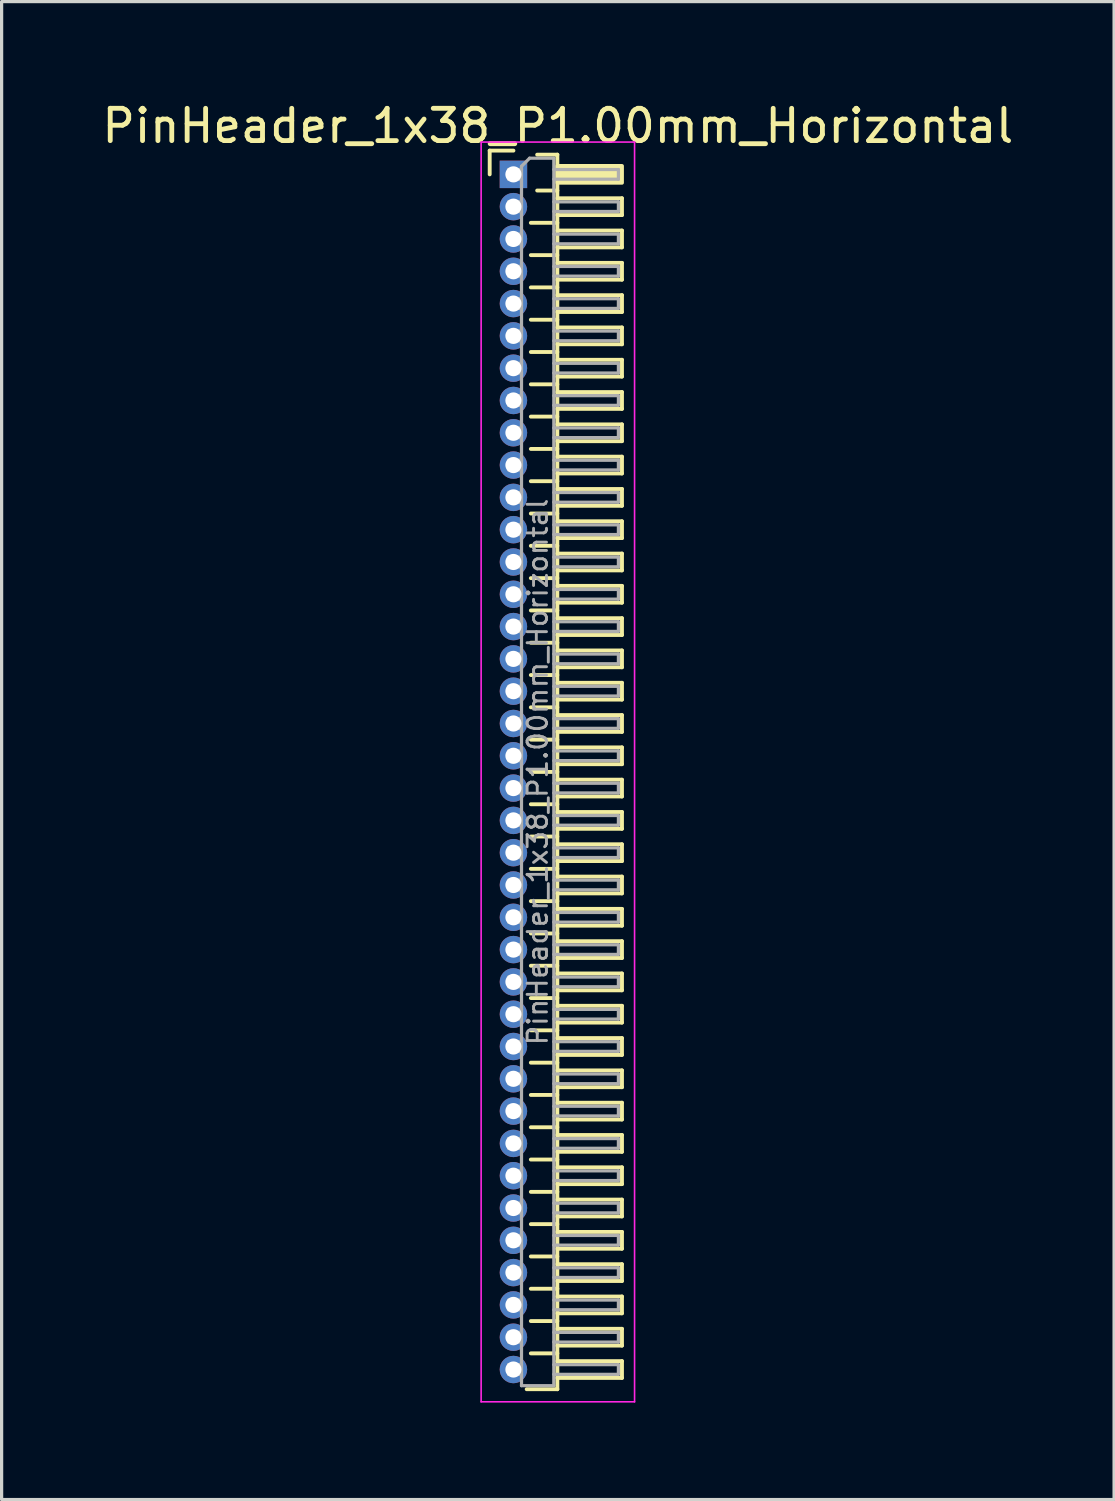
<source format=kicad_pcb>
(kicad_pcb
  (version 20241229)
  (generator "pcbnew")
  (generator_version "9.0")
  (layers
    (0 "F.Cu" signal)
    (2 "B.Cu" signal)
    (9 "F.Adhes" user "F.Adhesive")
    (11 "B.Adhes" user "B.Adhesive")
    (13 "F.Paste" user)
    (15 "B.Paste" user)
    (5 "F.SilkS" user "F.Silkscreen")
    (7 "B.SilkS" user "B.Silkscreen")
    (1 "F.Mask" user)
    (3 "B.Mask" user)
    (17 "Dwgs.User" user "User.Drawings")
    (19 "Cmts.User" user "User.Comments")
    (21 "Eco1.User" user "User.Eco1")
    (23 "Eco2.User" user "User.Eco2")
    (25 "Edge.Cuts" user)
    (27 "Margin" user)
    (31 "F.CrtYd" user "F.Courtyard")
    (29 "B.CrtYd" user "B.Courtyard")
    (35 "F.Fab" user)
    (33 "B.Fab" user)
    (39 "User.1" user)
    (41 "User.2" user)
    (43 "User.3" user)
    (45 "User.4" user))
  (footprint "PinHeader_1x38_P1.00mm_Horizontal"
    (layer "F.Cu")
    (at 12.845 2.348)
    (property "Reference" "PinHeader_1x38_P1.00mm_Horizontal" (at 1.375 -1.5 0) (layer "F.SilkS") (effects (font (size 1 1) (thickness 0.15))))
    (attr through_hole)
    (fp_line (start -0.735 -0.735) (end 0 -0.735) (stroke (width 0.12) (type solid)) (layer "F.SilkS"))
    (fp_line (start -0.735 0) (end -0.735 -0.735) (stroke (width 0.12) (type solid)) (layer "F.SilkS"))
    (fp_line (start 0.539 1.5) (end 1.36 1.5) (stroke (width 0.12) (type solid)) (layer "F.SilkS"))
    (fp_line (start 0.539 2.5) (end 1.36 2.5) (stroke (width 0.12) (type solid)) (layer "F.SilkS"))
    (fp_line (start 0.539 3.5) (end 1.36 3.5) (stroke (width 0.12) (type solid)) (layer "F.SilkS"))
    (fp_line (start 0.539 4.5) (end 1.36 4.5) (stroke (width 0.12) (type solid)) (layer "F.SilkS"))
    (fp_line (start 0.539 5.5) (end 1.36 5.5) (stroke (width 0.12) (type solid)) (layer "F.SilkS"))
    (fp_line (start 0.539 6.5) (end 1.36 6.5) (stroke (width 0.12) (type solid)) (layer "F.SilkS"))
    (fp_line (start 0.539 7.5) (end 1.36 7.5) (stroke (width 0.12) (type solid)) (layer "F.SilkS"))
    (fp_line (start 0.539 8.5) (end 1.36 8.5) (stroke (width 0.12) (type solid)) (layer "F.SilkS"))
    (fp_line (start 0.539 9.5) (end 1.36 9.5) (stroke (width 0.12) (type solid)) (layer "F.SilkS"))
    (fp_line (start 0.539 10.5) (end 1.36 10.5) (stroke (width 0.12) (type solid)) (layer "F.SilkS"))
    (fp_line (start 0.539 11.5) (end 1.36 11.5) (stroke (width 0.12) (type solid)) (layer "F.SilkS"))
    (fp_line (start 0.539 12.5) (end 1.36 12.5) (stroke (width 0.12) (type solid)) (layer "F.SilkS"))
    (fp_line (start 0.539 13.5) (end 1.36 13.5) (stroke (width 0.12) (type solid)) (layer "F.SilkS"))
    (fp_line (start 0.539 14.5) (end 1.36 14.5) (stroke (width 0.12) (type solid)) (layer "F.SilkS"))
    (fp_line (start 0.539 15.5) (end 1.36 15.5) (stroke (width 0.12) (type solid)) (layer "F.SilkS"))
    (fp_line (start 0.539 16.5) (end 1.36 16.5) (stroke (width 0.12) (type solid)) (layer "F.SilkS"))
    (fp_line (start 0.539 17.5) (end 1.36 17.5) (stroke (width 0.12) (type solid)) (layer "F.SilkS"))
    (fp_line (start 0.539 18.5) (end 1.36 18.5) (stroke (width 0.12) (type solid)) (layer "F.SilkS"))
    (fp_line (start 0.539 19.5) (end 1.36 19.5) (stroke (width 0.12) (type solid)) (layer "F.SilkS"))
    (fp_line (start 0.539 20.5) (end 1.36 20.5) (stroke (width 0.12) (type solid)) (layer "F.SilkS"))
    (fp_line (start 0.539 21.5) (end 1.36 21.5) (stroke (width 0.12) (type solid)) (layer "F.SilkS"))
    (fp_line (start 0.539 22.5) (end 1.36 22.5) (stroke (width 0.12) (type solid)) (layer "F.SilkS"))
    (fp_line (start 0.539 23.5) (end 1.36 23.5) (stroke (width 0.12) (type solid)) (layer "F.SilkS"))
    (fp_line (start 0.539 24.5) (end 1.36 24.5) (stroke (width 0.12) (type solid)) (layer "F.SilkS"))
    (fp_line (start 0.539 25.5) (end 1.36 25.5) (stroke (width 0.12) (type solid)) (layer "F.SilkS"))
    (fp_line (start 0.539 26.5) (end 1.36 26.5) (stroke (width 0.12) (type solid)) (layer "F.SilkS"))
    (fp_line (start 0.539 27.5) (end 1.36 27.5) (stroke (width 0.12) (type solid)) (layer "F.SilkS"))
    (fp_line (start 0.539 28.5) (end 1.36 28.5) (stroke (width 0.12) (type solid)) (layer "F.SilkS"))
    (fp_line (start 0.539 29.5) (end 1.36 29.5) (stroke (width 0.12) (type solid)) (layer "F.SilkS"))
    (fp_line (start 0.539 30.5) (end 1.36 30.5) (stroke (width 0.12) (type solid)) (layer "F.SilkS"))
    (fp_line (start 0.539 31.5) (end 1.36 31.5) (stroke (width 0.12) (type solid)) (layer "F.SilkS"))
    (fp_line (start 0.539 32.5) (end 1.36 32.5) (stroke (width 0.12) (type solid)) (layer "F.SilkS"))
    (fp_line (start 0.539 33.5) (end 1.36 33.5) (stroke (width 0.12) (type solid)) (layer "F.SilkS"))
    (fp_line (start 0.539 34.5) (end 1.36 34.5) (stroke (width 0.12) (type solid)) (layer "F.SilkS"))
    (fp_line (start 0.539 35.5) (end 1.36 35.5) (stroke (width 0.12) (type solid)) (layer "F.SilkS"))
    (fp_line (start 0.539 36.5) (end 1.36 36.5) (stroke (width 0.12) (type solid)) (layer "F.SilkS"))
    (fp_line (start 0.735 -0.61) (end 1.36 -0.61) (stroke (width 0.12) (type solid)) (layer "F.SilkS"))
    (fp_line (start 0.735 0.5) (end 1.36 0.5) (stroke (width 0.12) (type solid)) (layer "F.SilkS"))
    (fp_line (start 1.36 -0.61) (end 1.36 37.61) (stroke (width 0.12) (type solid)) (layer "F.SilkS"))
    (fp_line (start 1.36 0.74) (end 3.36 0.74) (stroke (width 0.12) (type solid)) (layer "F.SilkS"))
    (fp_line (start 1.36 1.74) (end 3.36 1.74) (stroke (width 0.12) (type solid)) (layer "F.SilkS"))
    (fp_line (start 1.36 2.74) (end 3.36 2.74) (stroke (width 0.12) (type solid)) (layer "F.SilkS"))
    (fp_line (start 1.36 3.74) (end 3.36 3.74) (stroke (width 0.12) (type solid)) (layer "F.SilkS"))
    (fp_line (start 1.36 4.74) (end 3.36 4.74) (stroke (width 0.12) (type solid)) (layer "F.SilkS"))
    (fp_line (start 1.36 5.74) (end 3.36 5.74) (stroke (width 0.12) (type solid)) (layer "F.SilkS"))
    (fp_line (start 1.36 6.74) (end 3.36 6.74) (stroke (width 0.12) (type solid)) (layer "F.SilkS"))
    (fp_line (start 1.36 7.74) (end 3.36 7.74) (stroke (width 0.12) (type solid)) (layer "F.SilkS"))
    (fp_line (start 1.36 8.74) (end 3.36 8.74) (stroke (width 0.12) (type solid)) (layer "F.SilkS"))
    (fp_line (start 1.36 9.74) (end 3.36 9.74) (stroke (width 0.12) (type solid)) (layer "F.SilkS"))
    (fp_line (start 1.36 10.74) (end 3.36 10.74) (stroke (width 0.12) (type solid)) (layer "F.SilkS"))
    (fp_line (start 1.36 11.74) (end 3.36 11.74) (stroke (width 0.12) (type solid)) (layer "F.SilkS"))
    (fp_line (start 1.36 12.74) (end 3.36 12.74) (stroke (width 0.12) (type solid)) (layer "F.SilkS"))
    (fp_line (start 1.36 13.74) (end 3.36 13.74) (stroke (width 0.12) (type solid)) (layer "F.SilkS"))
    (fp_line (start 1.36 14.74) (end 3.36 14.74) (stroke (width 0.12) (type solid)) (layer "F.SilkS"))
    (fp_line (start 1.36 15.74) (end 3.36 15.74) (stroke (width 0.12) (type solid)) (layer "F.SilkS"))
    (fp_line (start 1.36 16.74) (end 3.36 16.74) (stroke (width 0.12) (type solid)) (layer "F.SilkS"))
    (fp_line (start 1.36 17.74) (end 3.36 17.74) (stroke (width 0.12) (type solid)) (layer "F.SilkS"))
    (fp_line (start 1.36 18.74) (end 3.36 18.74) (stroke (width 0.12) (type solid)) (layer "F.SilkS"))
    (fp_line (start 1.36 19.74) (end 3.36 19.74) (stroke (width 0.12) (type solid)) (layer "F.SilkS"))
    (fp_line (start 1.36 20.74) (end 3.36 20.74) (stroke (width 0.12) (type solid)) (layer "F.SilkS"))
    (fp_line (start 1.36 21.74) (end 3.36 21.74) (stroke (width 0.12) (type solid)) (layer "F.SilkS"))
    (fp_line (start 1.36 22.74) (end 3.36 22.74) (stroke (width 0.12) (type solid)) (layer "F.SilkS"))
    (fp_line (start 1.36 23.74) (end 3.36 23.74) (stroke (width 0.12) (type solid)) (layer "F.SilkS"))
    (fp_line (start 1.36 24.74) (end 3.36 24.74) (stroke (width 0.12) (type solid)) (layer "F.SilkS"))
    (fp_line (start 1.36 25.74) (end 3.36 25.74) (stroke (width 0.12) (type solid)) (layer "F.SilkS"))
    (fp_line (start 1.36 26.74) (end 3.36 26.74) (stroke (width 0.12) (type solid)) (layer "F.SilkS"))
    (fp_line (start 1.36 27.74) (end 3.36 27.74) (stroke (width 0.12) (type solid)) (layer "F.SilkS"))
    (fp_line (start 1.36 28.74) (end 3.36 28.74) (stroke (width 0.12) (type solid)) (layer "F.SilkS"))
    (fp_line (start 1.36 29.74) (end 3.36 29.74) (stroke (width 0.12) (type solid)) (layer "F.SilkS"))
    (fp_line (start 1.36 30.74) (end 3.36 30.74) (stroke (width 0.12) (type solid)) (layer "F.SilkS"))
    (fp_line (start 1.36 31.74) (end 3.36 31.74) (stroke (width 0.12) (type solid)) (layer "F.SilkS"))
    (fp_line (start 1.36 32.74) (end 3.36 32.74) (stroke (width 0.12) (type solid)) (layer "F.SilkS"))
    (fp_line (start 1.36 33.74) (end 3.36 33.74) (stroke (width 0.12) (type solid)) (layer "F.SilkS"))
    (fp_line (start 1.36 34.74) (end 3.36 34.74) (stroke (width 0.12) (type solid)) (layer "F.SilkS"))
    (fp_line (start 1.36 35.74) (end 3.36 35.74) (stroke (width 0.12) (type solid)) (layer "F.SilkS"))
    (fp_line (start 1.36 36.74) (end 3.36 36.74) (stroke (width 0.12) (type solid)) (layer "F.SilkS"))
    (fp_line (start 1.36 37.61) (end 0.41 37.61) (stroke (width 0.12) (type solid)) (layer "F.SilkS"))
    (fp_line (start 3.36 0.74) (end 3.36 1.26) (stroke (width 0.12) (type solid)) (layer "F.SilkS"))
    (fp_line (start 3.36 1.26) (end 1.36 1.26) (stroke (width 0.12) (type solid)) (layer "F.SilkS"))
    (fp_line (start 3.36 1.74) (end 3.36 2.26) (stroke (width 0.12) (type solid)) (layer "F.SilkS"))
    (fp_line (start 3.36 2.26) (end 1.36 2.26) (stroke (width 0.12) (type solid)) (layer "F.SilkS"))
    (fp_line (start 3.36 2.74) (end 3.36 3.26) (stroke (width 0.12) (type solid)) (layer "F.SilkS"))
    (fp_line (start 3.36 3.26) (end 1.36 3.26) (stroke (width 0.12) (type solid)) (layer "F.SilkS"))
    (fp_line (start 3.36 3.74) (end 3.36 4.26) (stroke (width 0.12) (type solid)) (layer "F.SilkS"))
    (fp_line (start 3.36 4.26) (end 1.36 4.26) (stroke (width 0.12) (type solid)) (layer "F.SilkS"))
    (fp_line (start 3.36 4.74) (end 3.36 5.26) (stroke (width 0.12) (type solid)) (layer "F.SilkS"))
    (fp_line (start 3.36 5.26) (end 1.36 5.26) (stroke (width 0.12) (type solid)) (layer "F.SilkS"))
    (fp_line (start 3.36 5.74) (end 3.36 6.26) (stroke (width 0.12) (type solid)) (layer "F.SilkS"))
    (fp_line (start 3.36 6.26) (end 1.36 6.26) (stroke (width 0.12) (type solid)) (layer "F.SilkS"))
    (fp_line (start 3.36 6.74) (end 3.36 7.26) (stroke (width 0.12) (type solid)) (layer "F.SilkS"))
    (fp_line (start 3.36 7.26) (end 1.36 7.26) (stroke (width 0.12) (type solid)) (layer "F.SilkS"))
    (fp_line (start 3.36 7.74) (end 3.36 8.26) (stroke (width 0.12) (type solid)) (layer "F.SilkS"))
    (fp_line (start 3.36 8.26) (end 1.36 8.26) (stroke (width 0.12) (type solid)) (layer "F.SilkS"))
    (fp_line (start 3.36 8.74) (end 3.36 9.26) (stroke (width 0.12) (type solid)) (layer "F.SilkS"))
    (fp_line (start 3.36 9.26) (end 1.36 9.26) (stroke (width 0.12) (type solid)) (layer "F.SilkS"))
    (fp_line (start 3.36 9.74) (end 3.36 10.26) (stroke (width 0.12) (type solid)) (layer "F.SilkS"))
    (fp_line (start 3.36 10.26) (end 1.36 10.26) (stroke (width 0.12) (type solid)) (layer "F.SilkS"))
    (fp_line (start 3.36 10.74) (end 3.36 11.26) (stroke (width 0.12) (type solid)) (layer "F.SilkS"))
    (fp_line (start 3.36 11.26) (end 1.36 11.26) (stroke (width 0.12) (type solid)) (layer "F.SilkS"))
    (fp_line (start 3.36 11.74) (end 3.36 12.26) (stroke (width 0.12) (type solid)) (layer "F.SilkS"))
    (fp_line (start 3.36 12.26) (end 1.36 12.26) (stroke (width 0.12) (type solid)) (layer "F.SilkS"))
    (fp_line (start 3.36 12.74) (end 3.36 13.26) (stroke (width 0.12) (type solid)) (layer "F.SilkS"))
    (fp_line (start 3.36 13.26) (end 1.36 13.26) (stroke (width 0.12) (type solid)) (layer "F.SilkS"))
    (fp_line (start 3.36 13.74) (end 3.36 14.26) (stroke (width 0.12) (type solid)) (layer "F.SilkS"))
    (fp_line (start 3.36 14.26) (end 1.36 14.26) (stroke (width 0.12) (type solid)) (layer "F.SilkS"))
    (fp_line (start 3.36 14.74) (end 3.36 15.26) (stroke (width 0.12) (type solid)) (layer "F.SilkS"))
    (fp_line (start 3.36 15.26) (end 1.36 15.26) (stroke (width 0.12) (type solid)) (layer "F.SilkS"))
    (fp_line (start 3.36 15.74) (end 3.36 16.26) (stroke (width 0.12) (type solid)) (layer "F.SilkS"))
    (fp_line (start 3.36 16.26) (end 1.36 16.26) (stroke (width 0.12) (type solid)) (layer "F.SilkS"))
    (fp_line (start 3.36 16.74) (end 3.36 17.26) (stroke (width 0.12) (type solid)) (layer "F.SilkS"))
    (fp_line (start 3.36 17.26) (end 1.36 17.26) (stroke (width 0.12) (type solid)) (layer "F.SilkS"))
    (fp_line (start 3.36 17.74) (end 3.36 18.26) (stroke (width 0.12) (type solid)) (layer "F.SilkS"))
    (fp_line (start 3.36 18.26) (end 1.36 18.26) (stroke (width 0.12) (type solid)) (layer "F.SilkS"))
    (fp_line (start 3.36 18.74) (end 3.36 19.26) (stroke (width 0.12) (type solid)) (layer "F.SilkS"))
    (fp_line (start 3.36 19.26) (end 1.36 19.26) (stroke (width 0.12) (type solid)) (layer "F.SilkS"))
    (fp_line (start 3.36 19.74) (end 3.36 20.26) (stroke (width 0.12) (type solid)) (layer "F.SilkS"))
    (fp_line (start 3.36 20.26) (end 1.36 20.26) (stroke (width 0.12) (type solid)) (layer "F.SilkS"))
    (fp_line (start 3.36 20.74) (end 3.36 21.26) (stroke (width 0.12) (type solid)) (layer "F.SilkS"))
    (fp_line (start 3.36 21.26) (end 1.36 21.26) (stroke (width 0.12) (type solid)) (layer "F.SilkS"))
    (fp_line (start 3.36 21.74) (end 3.36 22.26) (stroke (width 0.12) (type solid)) (layer "F.SilkS"))
    (fp_line (start 3.36 22.26) (end 1.36 22.26) (stroke (width 0.12) (type solid)) (layer "F.SilkS"))
    (fp_line (start 3.36 22.74) (end 3.36 23.26) (stroke (width 0.12) (type solid)) (layer "F.SilkS"))
    (fp_line (start 3.36 23.26) (end 1.36 23.26) (stroke (width 0.12) (type solid)) (layer "F.SilkS"))
    (fp_line (start 3.36 23.74) (end 3.36 24.26) (stroke (width 0.12) (type solid)) (layer "F.SilkS"))
    (fp_line (start 3.36 24.26) (end 1.36 24.26) (stroke (width 0.12) (type solid)) (layer "F.SilkS"))
    (fp_line (start 3.36 24.74) (end 3.36 25.26) (stroke (width 0.12) (type solid)) (layer "F.SilkS"))
    (fp_line (start 3.36 25.26) (end 1.36 25.26) (stroke (width 0.12) (type solid)) (layer "F.SilkS"))
    (fp_line (start 3.36 25.74) (end 3.36 26.26) (stroke (width 0.12) (type solid)) (layer "F.SilkS"))
    (fp_line (start 3.36 26.26) (end 1.36 26.26) (stroke (width 0.12) (type solid)) (layer "F.SilkS"))
    (fp_line (start 3.36 26.74) (end 3.36 27.26) (stroke (width 0.12) (type solid)) (layer "F.SilkS"))
    (fp_line (start 3.36 27.26) (end 1.36 27.26) (stroke (width 0.12) (type solid)) (layer "F.SilkS"))
    (fp_line (start 3.36 27.74) (end 3.36 28.26) (stroke (width 0.12) (type solid)) (layer "F.SilkS"))
    (fp_line (start 3.36 28.26) (end 1.36 28.26) (stroke (width 0.12) (type solid)) (layer "F.SilkS"))
    (fp_line (start 3.36 28.74) (end 3.36 29.26) (stroke (width 0.12) (type solid)) (layer "F.SilkS"))
    (fp_line (start 3.36 29.26) (end 1.36 29.26) (stroke (width 0.12) (type solid)) (layer "F.SilkS"))
    (fp_line (start 3.36 29.74) (end 3.36 30.26) (stroke (width 0.12) (type solid)) (layer "F.SilkS"))
    (fp_line (start 3.36 30.26) (end 1.36 30.26) (stroke (width 0.12) (type solid)) (layer "F.SilkS"))
    (fp_line (start 3.36 30.74) (end 3.36 31.26) (stroke (width 0.12) (type solid)) (layer "F.SilkS"))
    (fp_line (start 3.36 31.26) (end 1.36 31.26) (stroke (width 0.12) (type solid)) (layer "F.SilkS"))
    (fp_line (start 3.36 31.74) (end 3.36 32.26) (stroke (width 0.12) (type solid)) (layer "F.SilkS"))
    (fp_line (start 3.36 32.26) (end 1.36 32.26) (stroke (width 0.12) (type solid)) (layer "F.SilkS"))
    (fp_line (start 3.36 32.74) (end 3.36 33.26) (stroke (width 0.12) (type solid)) (layer "F.SilkS"))
    (fp_line (start 3.36 33.26) (end 1.36 33.26) (stroke (width 0.12) (type solid)) (layer "F.SilkS"))
    (fp_line (start 3.36 33.74) (end 3.36 34.26) (stroke (width 0.12) (type solid)) (layer "F.SilkS"))
    (fp_line (start 3.36 34.26) (end 1.36 34.26) (stroke (width 0.12) (type solid)) (layer "F.SilkS"))
    (fp_line (start 3.36 34.74) (end 3.36 35.26) (stroke (width 0.12) (type solid)) (layer "F.SilkS"))
    (fp_line (start 3.36 35.26) (end 1.36 35.26) (stroke (width 0.12) (type solid)) (layer "F.SilkS"))
    (fp_line (start 3.36 35.74) (end 3.36 36.26) (stroke (width 0.12) (type solid)) (layer "F.SilkS"))
    (fp_line (start 3.36 36.26) (end 1.36 36.26) (stroke (width 0.12) (type solid)) (layer "F.SilkS"))
    (fp_line (start 3.36 36.74) (end 3.36 37.26) (stroke (width 0.12) (type solid)) (layer "F.SilkS"))
    (fp_line (start 3.36 37.26) (end 1.36 37.26) (stroke (width 0.12) (type solid)) (layer "F.SilkS"))
    (fp_rect (start 1.36 -0.26) (end 3.36 0.26) (stroke (width 0.12) (type solid)) (fill yes) (layer "F.SilkS"))
    (fp_line (start -1 -1) (end -1 38) (stroke (width 0.05) (type solid)) (layer "F.CrtYd"))
    (fp_line (start -1 38) (end 3.75 38) (stroke (width 0.05) (type solid)) (layer "F.CrtYd"))
    (fp_line (start 3.75 -1) (end -1 -1) (stroke (width 0.05) (type solid)) (layer "F.CrtYd"))
    (fp_line (start 3.75 38) (end 3.75 -1) (stroke (width 0.05) (type solid)) (layer "F.CrtYd"))
    (fp_line (start -0.15 -0.15) (end -0.15 0.15) (stroke (width 0.1) (type solid)) (layer "F.Fab"))
    (fp_line (start -0.15 -0.15) (end 0.25 -0.15) (stroke (width 0.1) (type solid)) (layer "F.Fab"))
    (fp_line (start -0.15 0.15) (end 0.25 0.15) (stroke (width 0.1) (type solid)) (layer "F.Fab"))
    (fp_line (start -0.15 0.85) (end -0.15 1.15) (stroke (width 0.1) (type solid)) (layer "F.Fab"))
    (fp_line (start -0.15 0.85) (end 0.25 0.85) (stroke (width 0.1) (type solid)) (layer "F.Fab"))
    (fp_line (start -0.15 1.15) (end 0.25 1.15) (stroke (width 0.1) (type solid)) (layer "F.Fab"))
    (fp_line (start -0.15 1.85) (end -0.15 2.15) (stroke (width 0.1) (type solid)) (layer "F.Fab"))
    (fp_line (start -0.15 1.85) (end 0.25 1.85) (stroke (width 0.1) (type solid)) (layer "F.Fab"))
    (fp_line (start -0.15 2.15) (end 0.25 2.15) (stroke (width 0.1) (type solid)) (layer "F.Fab"))
    (fp_line (start -0.15 2.85) (end -0.15 3.15) (stroke (width 0.1) (type solid)) (layer "F.Fab"))
    (fp_line (start -0.15 2.85) (end 0.25 2.85) (stroke (width 0.1) (type solid)) (layer "F.Fab"))
    (fp_line (start -0.15 3.15) (end 0.25 3.15) (stroke (width 0.1) (type solid)) (layer "F.Fab"))
    (fp_line (start -0.15 3.85) (end -0.15 4.15) (stroke (width 0.1) (type solid)) (layer "F.Fab"))
    (fp_line (start -0.15 3.85) (end 0.25 3.85) (stroke (width 0.1) (type solid)) (layer "F.Fab"))
    (fp_line (start -0.15 4.15) (end 0.25 4.15) (stroke (width 0.1) (type solid)) (layer "F.Fab"))
    (fp_line (start -0.15 4.85) (end -0.15 5.15) (stroke (width 0.1) (type solid)) (layer "F.Fab"))
    (fp_line (start -0.15 4.85) (end 0.25 4.85) (stroke (width 0.1) (type solid)) (layer "F.Fab"))
    (fp_line (start -0.15 5.15) (end 0.25 5.15) (stroke (width 0.1) (type solid)) (layer "F.Fab"))
    (fp_line (start -0.15 5.85) (end -0.15 6.15) (stroke (width 0.1) (type solid)) (layer "F.Fab"))
    (fp_line (start -0.15 5.85) (end 0.25 5.85) (stroke (width 0.1) (type solid)) (layer "F.Fab"))
    (fp_line (start -0.15 6.15) (end 0.25 6.15) (stroke (width 0.1) (type solid)) (layer "F.Fab"))
    (fp_line (start -0.15 6.85) (end -0.15 7.15) (stroke (width 0.1) (type solid)) (layer "F.Fab"))
    (fp_line (start -0.15 6.85) (end 0.25 6.85) (stroke (width 0.1) (type solid)) (layer "F.Fab"))
    (fp_line (start -0.15 7.15) (end 0.25 7.15) (stroke (width 0.1) (type solid)) (layer "F.Fab"))
    (fp_line (start -0.15 7.85) (end -0.15 8.15) (stroke (width 0.1) (type solid)) (layer "F.Fab"))
    (fp_line (start -0.15 7.85) (end 0.25 7.85) (stroke (width 0.1) (type solid)) (layer "F.Fab"))
    (fp_line (start -0.15 8.15) (end 0.25 8.15) (stroke (width 0.1) (type solid)) (layer "F.Fab"))
    (fp_line (start -0.15 8.85) (end -0.15 9.15) (stroke (width 0.1) (type solid)) (layer "F.Fab"))
    (fp_line (start -0.15 8.85) (end 0.25 8.85) (stroke (width 0.1) (type solid)) (layer "F.Fab"))
    (fp_line (start -0.15 9.15) (end 0.25 9.15) (stroke (width 0.1) (type solid)) (layer "F.Fab"))
    (fp_line (start -0.15 9.85) (end -0.15 10.15) (stroke (width 0.1) (type solid)) (layer "F.Fab"))
    (fp_line (start -0.15 9.85) (end 0.25 9.85) (stroke (width 0.1) (type solid)) (layer "F.Fab"))
    (fp_line (start -0.15 10.15) (end 0.25 10.15) (stroke (width 0.1) (type solid)) (layer "F.Fab"))
    (fp_line (start -0.15 10.85) (end -0.15 11.15) (stroke (width 0.1) (type solid)) (layer "F.Fab"))
    (fp_line (start -0.15 10.85) (end 0.25 10.85) (stroke (width 0.1) (type solid)) (layer "F.Fab"))
    (fp_line (start -0.15 11.15) (end 0.25 11.15) (stroke (width 0.1) (type solid)) (layer "F.Fab"))
    (fp_line (start -0.15 11.85) (end -0.15 12.15) (stroke (width 0.1) (type solid)) (layer "F.Fab"))
    (fp_line (start -0.15 11.85) (end 0.25 11.85) (stroke (width 0.1) (type solid)) (layer "F.Fab"))
    (fp_line (start -0.15 12.15) (end 0.25 12.15) (stroke (width 0.1) (type solid)) (layer "F.Fab"))
    (fp_line (start -0.15 12.85) (end -0.15 13.15) (stroke (width 0.1) (type solid)) (layer "F.Fab"))
    (fp_line (start -0.15 12.85) (end 0.25 12.85) (stroke (width 0.1) (type solid)) (layer "F.Fab"))
    (fp_line (start -0.15 13.15) (end 0.25 13.15) (stroke (width 0.1) (type solid)) (layer "F.Fab"))
    (fp_line (start -0.15 13.85) (end -0.15 14.15) (stroke (width 0.1) (type solid)) (layer "F.Fab"))
    (fp_line (start -0.15 13.85) (end 0.25 13.85) (stroke (width 0.1) (type solid)) (layer "F.Fab"))
    (fp_line (start -0.15 14.15) (end 0.25 14.15) (stroke (width 0.1) (type solid)) (layer "F.Fab"))
    (fp_line (start -0.15 14.85) (end -0.15 15.15) (stroke (width 0.1) (type solid)) (layer "F.Fab"))
    (fp_line (start -0.15 14.85) (end 0.25 14.85) (stroke (width 0.1) (type solid)) (layer "F.Fab"))
    (fp_line (start -0.15 15.15) (end 0.25 15.15) (stroke (width 0.1) (type solid)) (layer "F.Fab"))
    (fp_line (start -0.15 15.85) (end -0.15 16.15) (stroke (width 0.1) (type solid)) (layer "F.Fab"))
    (fp_line (start -0.15 15.85) (end 0.25 15.85) (stroke (width 0.1) (type solid)) (layer "F.Fab"))
    (fp_line (start -0.15 16.15) (end 0.25 16.15) (stroke (width 0.1) (type solid)) (layer "F.Fab"))
    (fp_line (start -0.15 16.85) (end -0.15 17.15) (stroke (width 0.1) (type solid)) (layer "F.Fab"))
    (fp_line (start -0.15 16.85) (end 0.25 16.85) (stroke (width 0.1) (type solid)) (layer "F.Fab"))
    (fp_line (start -0.15 17.15) (end 0.25 17.15) (stroke (width 0.1) (type solid)) (layer "F.Fab"))
    (fp_line (start -0.15 17.85) (end -0.15 18.15) (stroke (width 0.1) (type solid)) (layer "F.Fab"))
    (fp_line (start -0.15 17.85) (end 0.25 17.85) (stroke (width 0.1) (type solid)) (layer "F.Fab"))
    (fp_line (start -0.15 18.15) (end 0.25 18.15) (stroke (width 0.1) (type solid)) (layer "F.Fab"))
    (fp_line (start -0.15 18.85) (end -0.15 19.15) (stroke (width 0.1) (type solid)) (layer "F.Fab"))
    (fp_line (start -0.15 18.85) (end 0.25 18.85) (stroke (width 0.1) (type solid)) (layer "F.Fab"))
    (fp_line (start -0.15 19.15) (end 0.25 19.15) (stroke (width 0.1) (type solid)) (layer "F.Fab"))
    (fp_line (start -0.15 19.85) (end -0.15 20.15) (stroke (width 0.1) (type solid)) (layer "F.Fab"))
    (fp_line (start -0.15 19.85) (end 0.25 19.85) (stroke (width 0.1) (type solid)) (layer "F.Fab"))
    (fp_line (start -0.15 20.15) (end 0.25 20.15) (stroke (width 0.1) (type solid)) (layer "F.Fab"))
    (fp_line (start -0.15 20.85) (end -0.15 21.15) (stroke (width 0.1) (type solid)) (layer "F.Fab"))
    (fp_line (start -0.15 20.85) (end 0.25 20.85) (stroke (width 0.1) (type solid)) (layer "F.Fab"))
    (fp_line (start -0.15 21.15) (end 0.25 21.15) (stroke (width 0.1) (type solid)) (layer "F.Fab"))
    (fp_line (start -0.15 21.85) (end -0.15 22.15) (stroke (width 0.1) (type solid)) (layer "F.Fab"))
    (fp_line (start -0.15 21.85) (end 0.25 21.85) (stroke (width 0.1) (type solid)) (layer "F.Fab"))
    (fp_line (start -0.15 22.15) (end 0.25 22.15) (stroke (width 0.1) (type solid)) (layer "F.Fab"))
    (fp_line (start -0.15 22.85) (end -0.15 23.15) (stroke (width 0.1) (type solid)) (layer "F.Fab"))
    (fp_line (start -0.15 22.85) (end 0.25 22.85) (stroke (width 0.1) (type solid)) (layer "F.Fab"))
    (fp_line (start -0.15 23.15) (end 0.25 23.15) (stroke (width 0.1) (type solid)) (layer "F.Fab"))
    (fp_line (start -0.15 23.85) (end -0.15 24.15) (stroke (width 0.1) (type solid)) (layer "F.Fab"))
    (fp_line (start -0.15 23.85) (end 0.25 23.85) (stroke (width 0.1) (type solid)) (layer "F.Fab"))
    (fp_line (start -0.15 24.15) (end 0.25 24.15) (stroke (width 0.1) (type solid)) (layer "F.Fab"))
    (fp_line (start -0.15 24.85) (end -0.15 25.15) (stroke (width 0.1) (type solid)) (layer "F.Fab"))
    (fp_line (start -0.15 24.85) (end 0.25 24.85) (stroke (width 0.1) (type solid)) (layer "F.Fab"))
    (fp_line (start -0.15 25.15) (end 0.25 25.15) (stroke (width 0.1) (type solid)) (layer "F.Fab"))
    (fp_line (start -0.15 25.85) (end -0.15 26.15) (stroke (width 0.1) (type solid)) (layer "F.Fab"))
    (fp_line (start -0.15 25.85) (end 0.25 25.85) (stroke (width 0.1) (type solid)) (layer "F.Fab"))
    (fp_line (start -0.15 26.15) (end 0.25 26.15) (stroke (width 0.1) (type solid)) (layer "F.Fab"))
    (fp_line (start -0.15 26.85) (end -0.15 27.15) (stroke (width 0.1) (type solid)) (layer "F.Fab"))
    (fp_line (start -0.15 26.85) (end 0.25 26.85) (stroke (width 0.1) (type solid)) (layer "F.Fab"))
    (fp_line (start -0.15 27.15) (end 0.25 27.15) (stroke (width 0.1) (type solid)) (layer "F.Fab"))
    (fp_line (start -0.15 27.85) (end -0.15 28.15) (stroke (width 0.1) (type solid)) (layer "F.Fab"))
    (fp_line (start -0.15 27.85) (end 0.25 27.85) (stroke (width 0.1) (type solid)) (layer "F.Fab"))
    (fp_line (start -0.15 28.15) (end 0.25 28.15) (stroke (width 0.1) (type solid)) (layer "F.Fab"))
    (fp_line (start -0.15 28.85) (end -0.15 29.15) (stroke (width 0.1) (type solid)) (layer "F.Fab"))
    (fp_line (start -0.15 28.85) (end 0.25 28.85) (stroke (width 0.1) (type solid)) (layer "F.Fab"))
    (fp_line (start -0.15 29.15) (end 0.25 29.15) (stroke (width 0.1) (type solid)) (layer "F.Fab"))
    (fp_line (start -0.15 29.85) (end -0.15 30.15) (stroke (width 0.1) (type solid)) (layer "F.Fab"))
    (fp_line (start -0.15 29.85) (end 0.25 29.85) (stroke (width 0.1) (type solid)) (layer "F.Fab"))
    (fp_line (start -0.15 30.15) (end 0.25 30.15) (stroke (width 0.1) (type solid)) (layer "F.Fab"))
    (fp_line (start -0.15 30.85) (end -0.15 31.15) (stroke (width 0.1) (type solid)) (layer "F.Fab"))
    (fp_line (start -0.15 30.85) (end 0.25 30.85) (stroke (width 0.1) (type solid)) (layer "F.Fab"))
    (fp_line (start -0.15 31.15) (end 0.25 31.15) (stroke (width 0.1) (type solid)) (layer "F.Fab"))
    (fp_line (start -0.15 31.85) (end -0.15 32.15) (stroke (width 0.1) (type solid)) (layer "F.Fab"))
    (fp_line (start -0.15 31.85) (end 0.25 31.85) (stroke (width 0.1) (type solid)) (layer "F.Fab"))
    (fp_line (start -0.15 32.15) (end 0.25 32.15) (stroke (width 0.1) (type solid)) (layer "F.Fab"))
    (fp_line (start -0.15 32.85) (end -0.15 33.15) (stroke (width 0.1) (type solid)) (layer "F.Fab"))
    (fp_line (start -0.15 32.85) (end 0.25 32.85) (stroke (width 0.1) (type solid)) (layer "F.Fab"))
    (fp_line (start -0.15 33.15) (end 0.25 33.15) (stroke (width 0.1) (type solid)) (layer "F.Fab"))
    (fp_line (start -0.15 33.85) (end -0.15 34.15) (stroke (width 0.1) (type solid)) (layer "F.Fab"))
    (fp_line (start -0.15 33.85) (end 0.25 33.85) (stroke (width 0.1) (type solid)) (layer "F.Fab"))
    (fp_line (start -0.15 34.15) (end 0.25 34.15) (stroke (width 0.1) (type solid)) (layer "F.Fab"))
    (fp_line (start -0.15 34.85) (end -0.15 35.15) (stroke (width 0.1) (type solid)) (layer "F.Fab"))
    (fp_line (start -0.15 34.85) (end 0.25 34.85) (stroke (width 0.1) (type solid)) (layer "F.Fab"))
    (fp_line (start -0.15 35.15) (end 0.25 35.15) (stroke (width 0.1) (type solid)) (layer "F.Fab"))
    (fp_line (start -0.15 35.85) (end -0.15 36.15) (stroke (width 0.1) (type solid)) (layer "F.Fab"))
    (fp_line (start -0.15 35.85) (end 0.25 35.85) (stroke (width 0.1) (type solid)) (layer "F.Fab"))
    (fp_line (start -0.15 36.15) (end 0.25 36.15) (stroke (width 0.1) (type solid)) (layer "F.Fab"))
    (fp_line (start -0.15 36.85) (end -0.15 37.15) (stroke (width 0.1) (type solid)) (layer "F.Fab"))
    (fp_line (start -0.15 36.85) (end 0.25 36.85) (stroke (width 0.1) (type solid)) (layer "F.Fab"))
    (fp_line (start -0.15 37.15) (end 0.25 37.15) (stroke (width 0.1) (type solid)) (layer "F.Fab"))
    (fp_line (start 0.25 -0.25) (end 0.5 -0.5) (stroke (width 0.1) (type solid)) (layer "F.Fab"))
    (fp_line (start 0.25 37.5) (end 0.25 -0.25) (stroke (width 0.1) (type solid)) (layer "F.Fab"))
    (fp_line (start 0.5 -0.5) (end 1.25 -0.5) (stroke (width 0.1) (type solid)) (layer "F.Fab"))
    (fp_line (start 1.25 -0.5) (end 1.25 37.5) (stroke (width 0.1) (type solid)) (layer "F.Fab"))
    (fp_line (start 1.25 -0.15) (end 3.25 -0.15) (stroke (width 0.1) (type solid)) (layer "F.Fab"))
    (fp_line (start 1.25 0.15) (end 3.25 0.15) (stroke (width 0.1) (type solid)) (layer "F.Fab"))
    (fp_line (start 1.25 0.85) (end 3.25 0.85) (stroke (width 0.1) (type solid)) (layer "F.Fab"))
    (fp_line (start 1.25 1.15) (end 3.25 1.15) (stroke (width 0.1) (type solid)) (layer "F.Fab"))
    (fp_line (start 1.25 1.85) (end 3.25 1.85) (stroke (width 0.1) (type solid)) (layer "F.Fab"))
    (fp_line (start 1.25 2.15) (end 3.25 2.15) (stroke (width 0.1) (type solid)) (layer "F.Fab"))
    (fp_line (start 1.25 2.85) (end 3.25 2.85) (stroke (width 0.1) (type solid)) (layer "F.Fab"))
    (fp_line (start 1.25 3.15) (end 3.25 3.15) (stroke (width 0.1) (type solid)) (layer "F.Fab"))
    (fp_line (start 1.25 3.85) (end 3.25 3.85) (stroke (width 0.1) (type solid)) (layer "F.Fab"))
    (fp_line (start 1.25 4.15) (end 3.25 4.15) (stroke (width 0.1) (type solid)) (layer "F.Fab"))
    (fp_line (start 1.25 4.85) (end 3.25 4.85) (stroke (width 0.1) (type solid)) (layer "F.Fab"))
    (fp_line (start 1.25 5.15) (end 3.25 5.15) (stroke (width 0.1) (type solid)) (layer "F.Fab"))
    (fp_line (start 1.25 5.85) (end 3.25 5.85) (stroke (width 0.1) (type solid)) (layer "F.Fab"))
    (fp_line (start 1.25 6.15) (end 3.25 6.15) (stroke (width 0.1) (type solid)) (layer "F.Fab"))
    (fp_line (start 1.25 6.85) (end 3.25 6.85) (stroke (width 0.1) (type solid)) (layer "F.Fab"))
    (fp_line (start 1.25 7.15) (end 3.25 7.15) (stroke (width 0.1) (type solid)) (layer "F.Fab"))
    (fp_line (start 1.25 7.85) (end 3.25 7.85) (stroke (width 0.1) (type solid)) (layer "F.Fab"))
    (fp_line (start 1.25 8.15) (end 3.25 8.15) (stroke (width 0.1) (type solid)) (layer "F.Fab"))
    (fp_line (start 1.25 8.85) (end 3.25 8.85) (stroke (width 0.1) (type solid)) (layer "F.Fab"))
    (fp_line (start 1.25 9.15) (end 3.25 9.15) (stroke (width 0.1) (type solid)) (layer "F.Fab"))
    (fp_line (start 1.25 9.85) (end 3.25 9.85) (stroke (width 0.1) (type solid)) (layer "F.Fab"))
    (fp_line (start 1.25 10.15) (end 3.25 10.15) (stroke (width 0.1) (type solid)) (layer "F.Fab"))
    (fp_line (start 1.25 10.85) (end 3.25 10.85) (stroke (width 0.1) (type solid)) (layer "F.Fab"))
    (fp_line (start 1.25 11.15) (end 3.25 11.15) (stroke (width 0.1) (type solid)) (layer "F.Fab"))
    (fp_line (start 1.25 11.85) (end 3.25 11.85) (stroke (width 0.1) (type solid)) (layer "F.Fab"))
    (fp_line (start 1.25 12.15) (end 3.25 12.15) (stroke (width 0.1) (type solid)) (layer "F.Fab"))
    (fp_line (start 1.25 12.85) (end 3.25 12.85) (stroke (width 0.1) (type solid)) (layer "F.Fab"))
    (fp_line (start 1.25 13.15) (end 3.25 13.15) (stroke (width 0.1) (type solid)) (layer "F.Fab"))
    (fp_line (start 1.25 13.85) (end 3.25 13.85) (stroke (width 0.1) (type solid)) (layer "F.Fab"))
    (fp_line (start 1.25 14.15) (end 3.25 14.15) (stroke (width 0.1) (type solid)) (layer "F.Fab"))
    (fp_line (start 1.25 14.85) (end 3.25 14.85) (stroke (width 0.1) (type solid)) (layer "F.Fab"))
    (fp_line (start 1.25 15.15) (end 3.25 15.15) (stroke (width 0.1) (type solid)) (layer "F.Fab"))
    (fp_line (start 1.25 15.85) (end 3.25 15.85) (stroke (width 0.1) (type solid)) (layer "F.Fab"))
    (fp_line (start 1.25 16.15) (end 3.25 16.15) (stroke (width 0.1) (type solid)) (layer "F.Fab"))
    (fp_line (start 1.25 16.85) (end 3.25 16.85) (stroke (width 0.1) (type solid)) (layer "F.Fab"))
    (fp_line (start 1.25 17.15) (end 3.25 17.15) (stroke (width 0.1) (type solid)) (layer "F.Fab"))
    (fp_line (start 1.25 17.85) (end 3.25 17.85) (stroke (width 0.1) (type solid)) (layer "F.Fab"))
    (fp_line (start 1.25 18.15) (end 3.25 18.15) (stroke (width 0.1) (type solid)) (layer "F.Fab"))
    (fp_line (start 1.25 18.85) (end 3.25 18.85) (stroke (width 0.1) (type solid)) (layer "F.Fab"))
    (fp_line (start 1.25 19.15) (end 3.25 19.15) (stroke (width 0.1) (type solid)) (layer "F.Fab"))
    (fp_line (start 1.25 19.85) (end 3.25 19.85) (stroke (width 0.1) (type solid)) (layer "F.Fab"))
    (fp_line (start 1.25 20.15) (end 3.25 20.15) (stroke (width 0.1) (type solid)) (layer "F.Fab"))
    (fp_line (start 1.25 20.85) (end 3.25 20.85) (stroke (width 0.1) (type solid)) (layer "F.Fab"))
    (fp_line (start 1.25 21.15) (end 3.25 21.15) (stroke (width 0.1) (type solid)) (layer "F.Fab"))
    (fp_line (start 1.25 21.85) (end 3.25 21.85) (stroke (width 0.1) (type solid)) (layer "F.Fab"))
    (fp_line (start 1.25 22.15) (end 3.25 22.15) (stroke (width 0.1) (type solid)) (layer "F.Fab"))
    (fp_line (start 1.25 22.85) (end 3.25 22.85) (stroke (width 0.1) (type solid)) (layer "F.Fab"))
    (fp_line (start 1.25 23.15) (end 3.25 23.15) (stroke (width 0.1) (type solid)) (layer "F.Fab"))
    (fp_line (start 1.25 23.85) (end 3.25 23.85) (stroke (width 0.1) (type solid)) (layer "F.Fab"))
    (fp_line (start 1.25 24.15) (end 3.25 24.15) (stroke (width 0.1) (type solid)) (layer "F.Fab"))
    (fp_line (start 1.25 24.85) (end 3.25 24.85) (stroke (width 0.1) (type solid)) (layer "F.Fab"))
    (fp_line (start 1.25 25.15) (end 3.25 25.15) (stroke (width 0.1) (type solid)) (layer "F.Fab"))
    (fp_line (start 1.25 25.85) (end 3.25 25.85) (stroke (width 0.1) (type solid)) (layer "F.Fab"))
    (fp_line (start 1.25 26.15) (end 3.25 26.15) (stroke (width 0.1) (type solid)) (layer "F.Fab"))
    (fp_line (start 1.25 26.85) (end 3.25 26.85) (stroke (width 0.1) (type solid)) (layer "F.Fab"))
    (fp_line (start 1.25 27.15) (end 3.25 27.15) (stroke (width 0.1) (type solid)) (layer "F.Fab"))
    (fp_line (start 1.25 27.85) (end 3.25 27.85) (stroke (width 0.1) (type solid)) (layer "F.Fab"))
    (fp_line (start 1.25 28.15) (end 3.25 28.15) (stroke (width 0.1) (type solid)) (layer "F.Fab"))
    (fp_line (start 1.25 28.85) (end 3.25 28.85) (stroke (width 0.1) (type solid)) (layer "F.Fab"))
    (fp_line (start 1.25 29.15) (end 3.25 29.15) (stroke (width 0.1) (type solid)) (layer "F.Fab"))
    (fp_line (start 1.25 29.85) (end 3.25 29.85) (stroke (width 0.1) (type solid)) (layer "F.Fab"))
    (fp_line (start 1.25 30.15) (end 3.25 30.15) (stroke (width 0.1) (type solid)) (layer "F.Fab"))
    (fp_line (start 1.25 30.85) (end 3.25 30.85) (stroke (width 0.1) (type solid)) (layer "F.Fab"))
    (fp_line (start 1.25 31.15) (end 3.25 31.15) (stroke (width 0.1) (type solid)) (layer "F.Fab"))
    (fp_line (start 1.25 31.85) (end 3.25 31.85) (stroke (width 0.1) (type solid)) (layer "F.Fab"))
    (fp_line (start 1.25 32.15) (end 3.25 32.15) (stroke (width 0.1) (type solid)) (layer "F.Fab"))
    (fp_line (start 1.25 32.85) (end 3.25 32.85) (stroke (width 0.1) (type solid)) (layer "F.Fab"))
    (fp_line (start 1.25 33.15) (end 3.25 33.15) (stroke (width 0.1) (type solid)) (layer "F.Fab"))
    (fp_line (start 1.25 33.85) (end 3.25 33.85) (stroke (width 0.1) (type solid)) (layer "F.Fab"))
    (fp_line (start 1.25 34.15) (end 3.25 34.15) (stroke (width 0.1) (type solid)) (layer "F.Fab"))
    (fp_line (start 1.25 34.85) (end 3.25 34.85) (stroke (width 0.1) (type solid)) (layer "F.Fab"))
    (fp_line (start 1.25 35.15) (end 3.25 35.15) (stroke (width 0.1) (type solid)) (layer "F.Fab"))
    (fp_line (start 1.25 35.85) (end 3.25 35.85) (stroke (width 0.1) (type solid)) (layer "F.Fab"))
    (fp_line (start 1.25 36.15) (end 3.25 36.15) (stroke (width 0.1) (type solid)) (layer "F.Fab"))
    (fp_line (start 1.25 36.85) (end 3.25 36.85) (stroke (width 0.1) (type solid)) (layer "F.Fab"))
    (fp_line (start 1.25 37.15) (end 3.25 37.15) (stroke (width 0.1) (type solid)) (layer "F.Fab"))
    (fp_line (start 1.25 37.5) (end 0.25 37.5) (stroke (width 0.1) (type solid)) (layer "F.Fab"))
    (fp_line (start 3.25 -0.15) (end 3.25 0.15) (stroke (width 0.1) (type solid)) (layer "F.Fab"))
    (fp_line (start 3.25 0.85) (end 3.25 1.15) (stroke (width 0.1) (type solid)) (layer "F.Fab"))
    (fp_line (start 3.25 1.85) (end 3.25 2.15) (stroke (width 0.1) (type solid)) (layer "F.Fab"))
    (fp_line (start 3.25 2.85) (end 3.25 3.15) (stroke (width 0.1) (type solid)) (layer "F.Fab"))
    (fp_line (start 3.25 3.85) (end 3.25 4.15) (stroke (width 0.1) (type solid)) (layer "F.Fab"))
    (fp_line (start 3.25 4.85) (end 3.25 5.15) (stroke (width 0.1) (type solid)) (layer "F.Fab"))
    (fp_line (start 3.25 5.85) (end 3.25 6.15) (stroke (width 0.1) (type solid)) (layer "F.Fab"))
    (fp_line (start 3.25 6.85) (end 3.25 7.15) (stroke (width 0.1) (type solid)) (layer "F.Fab"))
    (fp_line (start 3.25 7.85) (end 3.25 8.15) (stroke (width 0.1) (type solid)) (layer "F.Fab"))
    (fp_line (start 3.25 8.85) (end 3.25 9.15) (stroke (width 0.1) (type solid)) (layer "F.Fab"))
    (fp_line (start 3.25 9.85) (end 3.25 10.15) (stroke (width 0.1) (type solid)) (layer "F.Fab"))
    (fp_line (start 3.25 10.85) (end 3.25 11.15) (stroke (width 0.1) (type solid)) (layer "F.Fab"))
    (fp_line (start 3.25 11.85) (end 3.25 12.15) (stroke (width 0.1) (type solid)) (layer "F.Fab"))
    (fp_line (start 3.25 12.85) (end 3.25 13.15) (stroke (width 0.1) (type solid)) (layer "F.Fab"))
    (fp_line (start 3.25 13.85) (end 3.25 14.15) (stroke (width 0.1) (type solid)) (layer "F.Fab"))
    (fp_line (start 3.25 14.85) (end 3.25 15.15) (stroke (width 0.1) (type solid)) (layer "F.Fab"))
    (fp_line (start 3.25 15.85) (end 3.25 16.15) (stroke (width 0.1) (type solid)) (layer "F.Fab"))
    (fp_line (start 3.25 16.85) (end 3.25 17.15) (stroke (width 0.1) (type solid)) (layer "F.Fab"))
    (fp_line (start 3.25 17.85) (end 3.25 18.15) (stroke (width 0.1) (type solid)) (layer "F.Fab"))
    (fp_line (start 3.25 18.85) (end 3.25 19.15) (stroke (width 0.1) (type solid)) (layer "F.Fab"))
    (fp_line (start 3.25 19.85) (end 3.25 20.15) (stroke (width 0.1) (type solid)) (layer "F.Fab"))
    (fp_line (start 3.25 20.85) (end 3.25 21.15) (stroke (width 0.1) (type solid)) (layer "F.Fab"))
    (fp_line (start 3.25 21.85) (end 3.25 22.15) (stroke (width 0.1) (type solid)) (layer "F.Fab"))
    (fp_line (start 3.25 22.85) (end 3.25 23.15) (stroke (width 0.1) (type solid)) (layer "F.Fab"))
    (fp_line (start 3.25 23.85) (end 3.25 24.15) (stroke (width 0.1) (type solid)) (layer "F.Fab"))
    (fp_line (start 3.25 24.85) (end 3.25 25.15) (stroke (width 0.1) (type solid)) (layer "F.Fab"))
    (fp_line (start 3.25 25.85) (end 3.25 26.15) (stroke (width 0.1) (type solid)) (layer "F.Fab"))
    (fp_line (start 3.25 26.85) (end 3.25 27.15) (stroke (width 0.1) (type solid)) (layer "F.Fab"))
    (fp_line (start 3.25 27.85) (end 3.25 28.15) (stroke (width 0.1) (type solid)) (layer "F.Fab"))
    (fp_line (start 3.25 28.85) (end 3.25 29.15) (stroke (width 0.1) (type solid)) (layer "F.Fab"))
    (fp_line (start 3.25 29.85) (end 3.25 30.15) (stroke (width 0.1) (type solid)) (layer "F.Fab"))
    (fp_line (start 3.25 30.85) (end 3.25 31.15) (stroke (width 0.1) (type solid)) (layer "F.Fab"))
    (fp_line (start 3.25 31.85) (end 3.25 32.15) (stroke (width 0.1) (type solid)) (layer "F.Fab"))
    (fp_line (start 3.25 32.85) (end 3.25 33.15) (stroke (width 0.1) (type solid)) (layer "F.Fab"))
    (fp_line (start 3.25 33.85) (end 3.25 34.15) (stroke (width 0.1) (type solid)) (layer "F.Fab"))
    (fp_line (start 3.25 34.85) (end 3.25 35.15) (stroke (width 0.1) (type solid)) (layer "F.Fab"))
    (fp_line (start 3.25 35.85) (end 3.25 36.15) (stroke (width 0.1) (type solid)) (layer "F.Fab"))
    (fp_line (start 3.25 36.85) (end 3.25 37.15) (stroke (width 0.1) (type solid)) (layer "F.Fab"))
    (fp_text user "${REFERENCE}" (at 0.75 18.5 90) (layer "F.Fab") (effects (font (size 0.6 0.6) (thickness 0.09))))
    (pad "1" thru_hole rect (at 0 0) (size 0.85 0.85) (drill 0.5) (layers "*.Cu" "*.Mask"))
    (pad "2" thru_hole circle (at 0 1) (size 0.85 0.85) (drill 0.5) (layers "*.Cu" "*.Mask"))
    (pad "3" thru_hole circle (at 0 2) (size 0.85 0.85) (drill 0.5) (layers "*.Cu" "*.Mask"))
    (pad "4" thru_hole circle (at 0 3) (size 0.85 0.85) (drill 0.5) (layers "*.Cu" "*.Mask"))
    (pad "5" thru_hole circle (at 0 4) (size 0.85 0.85) (drill 0.5) (layers "*.Cu" "*.Mask"))
    (pad "6" thru_hole circle (at 0 5) (size 0.85 0.85) (drill 0.5) (layers "*.Cu" "*.Mask"))
    (pad "7" thru_hole circle (at 0 6) (size 0.85 0.85) (drill 0.5) (layers "*.Cu" "*.Mask"))
    (pad "8" thru_hole circle (at 0 7) (size 0.85 0.85) (drill 0.5) (layers "*.Cu" "*.Mask"))
    (pad "9" thru_hole circle (at 0 8) (size 0.85 0.85) (drill 0.5) (layers "*.Cu" "*.Mask"))
    (pad "10" thru_hole circle (at 0 9) (size 0.85 0.85) (drill 0.5) (layers "*.Cu" "*.Mask"))
    (pad "11" thru_hole circle (at 0 10) (size 0.85 0.85) (drill 0.5) (layers "*.Cu" "*.Mask"))
    (pad "12" thru_hole circle (at 0 11) (size 0.85 0.85) (drill 0.5) (layers "*.Cu" "*.Mask"))
    (pad "13" thru_hole circle (at 0 12) (size 0.85 0.85) (drill 0.5) (layers "*.Cu" "*.Mask"))
    (pad "14" thru_hole circle (at 0 13) (size 0.85 0.85) (drill 0.5) (layers "*.Cu" "*.Mask"))
    (pad "15" thru_hole circle (at 0 14) (size 0.85 0.85) (drill 0.5) (layers "*.Cu" "*.Mask"))
    (pad "16" thru_hole circle (at 0 15) (size 0.85 0.85) (drill 0.5) (layers "*.Cu" "*.Mask"))
    (pad "17" thru_hole circle (at 0 16) (size 0.85 0.85) (drill 0.5) (layers "*.Cu" "*.Mask"))
    (pad "18" thru_hole circle (at 0 17) (size 0.85 0.85) (drill 0.5) (layers "*.Cu" "*.Mask"))
    (pad "19" thru_hole circle (at 0 18) (size 0.85 0.85) (drill 0.5) (layers "*.Cu" "*.Mask"))
    (pad "20" thru_hole circle (at 0 19) (size 0.85 0.85) (drill 0.5) (layers "*.Cu" "*.Mask"))
    (pad "21" thru_hole circle (at 0 20) (size 0.85 0.85) (drill 0.5) (layers "*.Cu" "*.Mask"))
    (pad "22" thru_hole circle (at 0 21) (size 0.85 0.85) (drill 0.5) (layers "*.Cu" "*.Mask"))
    (pad "23" thru_hole circle (at 0 22) (size 0.85 0.85) (drill 0.5) (layers "*.Cu" "*.Mask"))
    (pad "24" thru_hole circle (at 0 23) (size 0.85 0.85) (drill 0.5) (layers "*.Cu" "*.Mask"))
    (pad "25" thru_hole circle (at 0 24) (size 0.85 0.85) (drill 0.5) (layers "*.Cu" "*.Mask"))
    (pad "26" thru_hole circle (at 0 25) (size 0.85 0.85) (drill 0.5) (layers "*.Cu" "*.Mask"))
    (pad "27" thru_hole circle (at 0 26) (size 0.85 0.85) (drill 0.5) (layers "*.Cu" "*.Mask"))
    (pad "28" thru_hole circle (at 0 27) (size 0.85 0.85) (drill 0.5) (layers "*.Cu" "*.Mask"))
    (pad "29" thru_hole circle (at 0 28) (size 0.85 0.85) (drill 0.5) (layers "*.Cu" "*.Mask"))
    (pad "30" thru_hole circle (at 0 29) (size 0.85 0.85) (drill 0.5) (layers "*.Cu" "*.Mask"))
    (pad "31" thru_hole circle (at 0 30) (size 0.85 0.85) (drill 0.5) (layers "*.Cu" "*.Mask"))
    (pad "32" thru_hole circle (at 0 31) (size 0.85 0.85) (drill 0.5) (layers "*.Cu" "*.Mask"))
    (pad "33" thru_hole circle (at 0 32) (size 0.85 0.85) (drill 0.5) (layers "*.Cu" "*.Mask"))
    (pad "34" thru_hole circle (at 0 33) (size 0.85 0.85) (drill 0.5) (layers "*.Cu" "*.Mask"))
    (pad "35" thru_hole circle (at 0 34) (size 0.85 0.85) (drill 0.5) (layers "*.Cu" "*.Mask"))
    (pad "36" thru_hole circle (at 0 35) (size 0.85 0.85) (drill 0.5) (layers "*.Cu" "*.Mask"))
    (pad "37" thru_hole circle (at 0 36) (size 0.85 0.85) (drill 0.5) (layers "*.Cu" "*.Mask"))
    (pad "38" thru_hole circle (at 0 37) (size 0.85 0.85) (drill 0.5) (layers "*.Cu" "*.Mask")))
  (gr_rect
    (start -3 -3)
    (end 31.44 43.373)
    (stroke (width 0.1) (type default))
    (fill no)
    (layer "Edge.Cuts")))
</source>
